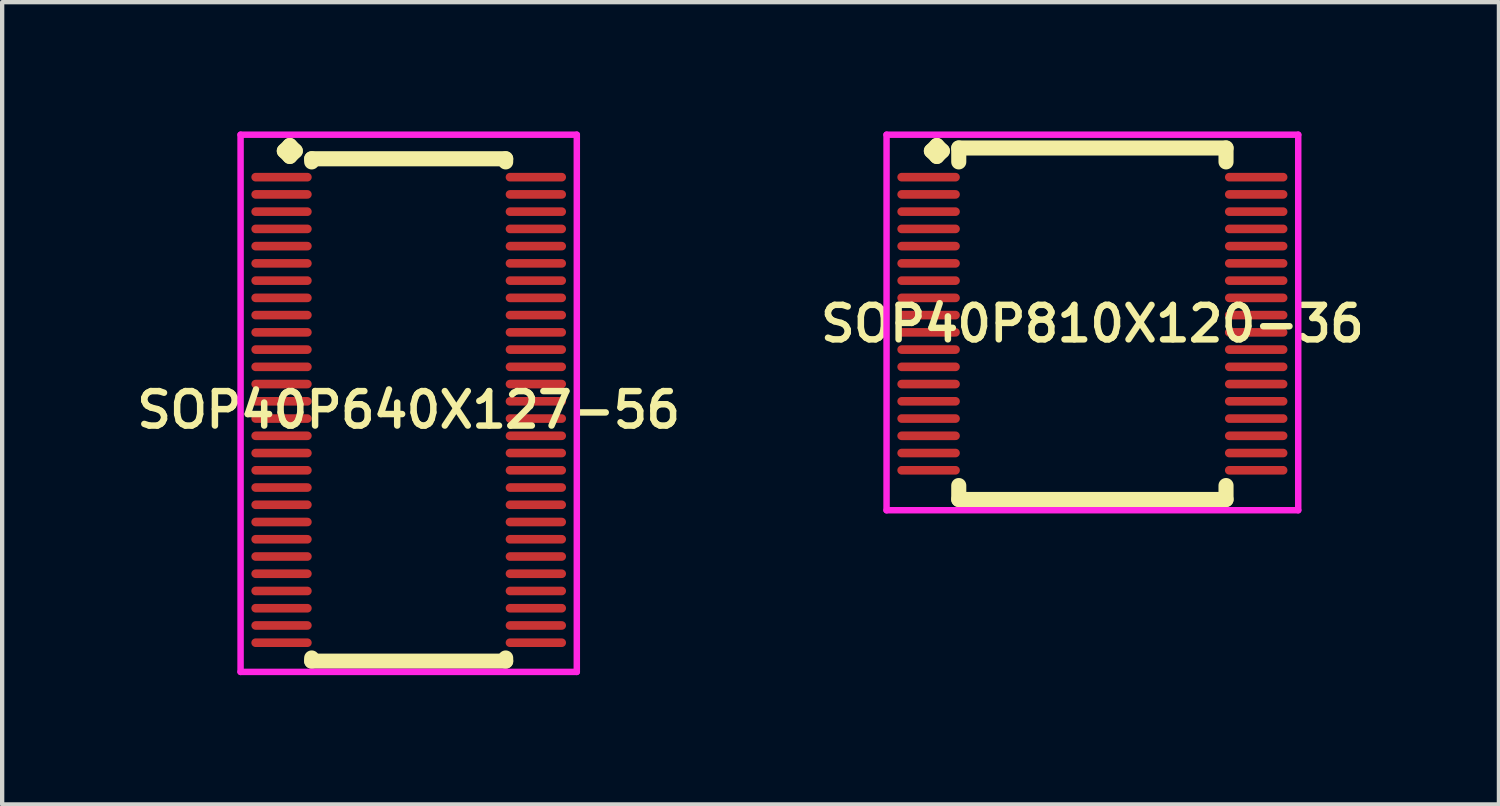
<source format=kicad_pcb>
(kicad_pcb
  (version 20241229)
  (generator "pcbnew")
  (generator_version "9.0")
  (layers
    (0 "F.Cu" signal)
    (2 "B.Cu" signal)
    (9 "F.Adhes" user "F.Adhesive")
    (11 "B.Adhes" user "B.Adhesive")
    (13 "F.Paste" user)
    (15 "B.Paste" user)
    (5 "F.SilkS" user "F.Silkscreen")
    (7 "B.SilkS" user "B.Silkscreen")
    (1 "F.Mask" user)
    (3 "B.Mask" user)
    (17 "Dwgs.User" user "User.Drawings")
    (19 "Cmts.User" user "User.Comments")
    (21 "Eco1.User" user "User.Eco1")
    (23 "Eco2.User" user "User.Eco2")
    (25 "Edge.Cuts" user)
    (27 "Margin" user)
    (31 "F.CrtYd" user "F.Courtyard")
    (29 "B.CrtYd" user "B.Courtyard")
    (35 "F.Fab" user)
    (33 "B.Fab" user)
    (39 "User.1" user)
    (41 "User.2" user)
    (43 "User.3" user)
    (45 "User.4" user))
  (footprint "SOP40P810X120-36"
    (layer "F.Cu")
    (at 22.292 4.46)
    (property "Reference" "SOP40P810X120-36" (at 0 0 0) (layer "F.SilkS") (effects (font (size 0.8 0.8) (thickness 0.15))))
    (attr smd)
    (fp_line (start -3.735 -4.008) (end -3.608 -4.135) (stroke (width 0.35) (type solid)) (layer "F.SilkS"))
    (fp_line (start -3.608 -4.135) (end -3.481 -4.008) (stroke (width 0.35) (type solid)) (layer "F.SilkS"))
    (fp_line (start -3.608 -3.881) (end -3.735 -4.008) (stroke (width 0.35) (type solid)) (layer "F.SilkS"))
    (fp_line (start -3.481 -4.008) (end -3.608 -3.881) (stroke (width 0.35) (type solid)) (layer "F.SilkS"))
    (fp_line (start -3.1 -4.077) (end 3.1 -4.077) (stroke (width 0.35) (type solid)) (layer "F.SilkS"))
    (fp_line (start -3.1 -3.754) (end -3.1 -4.077) (stroke (width 0.35) (type solid)) (layer "F.SilkS"))
    (fp_line (start -3.1 3.754) (end -3.1 4.077) (stroke (width 0.35) (type solid)) (layer "F.SilkS"))
    (fp_line (start -3.1 4.077) (end 3.1 4.077) (stroke (width 0.35) (type solid)) (layer "F.SilkS"))
    (fp_line (start 3.1 -4.077) (end 3.1 -3.754) (stroke (width 0.35) (type solid)) (layer "F.SilkS"))
    (fp_line (start 3.1 4.077) (end 3.1 3.754) (stroke (width 0.35) (type solid)) (layer "F.SilkS"))
    (fp_line (start -4.775 -4.385) (end 4.775 -4.385) (stroke (width 0.15) (type solid)) (layer "F.CrtYd"))
    (fp_line (start -4.775 4.327) (end -4.775 -4.385) (stroke (width 0.15) (type solid)) (layer "F.CrtYd"))
    (fp_line (start 4.775 -4.385) (end 4.775 4.327) (stroke (width 0.15) (type solid)) (layer "F.CrtYd"))
    (fp_line (start 4.775 4.327) (end -4.775 4.327) (stroke (width 0.15) (type solid)) (layer "F.CrtYd"))
    (pad "1" smd oval (at -3.8 -3.4) (size 1.45 0.2) (layers "F.Cu" "F.Mask" "F.Paste"))
    (pad "2" smd oval (at -3.8 -3) (size 1.45 0.2) (layers "F.Cu" "F.Mask" "F.Paste"))
    (pad "3" smd oval (at -3.8 -2.6) (size 1.45 0.2) (layers "F.Cu" "F.Mask" "F.Paste"))
    (pad "4" smd oval (at -3.8 -2.2) (size 1.45 0.2) (layers "F.Cu" "F.Mask" "F.Paste"))
    (pad "5" smd oval (at -3.8 -1.8) (size 1.45 0.2) (layers "F.Cu" "F.Mask" "F.Paste"))
    (pad "6" smd oval (at -3.8 -1.4) (size 1.45 0.2) (layers "F.Cu" "F.Mask" "F.Paste"))
    (pad "7" smd oval (at -3.8 -1) (size 1.45 0.2) (layers "F.Cu" "F.Mask" "F.Paste"))
    (pad "8" smd oval (at -3.8 -0.6) (size 1.45 0.2) (layers "F.Cu" "F.Mask" "F.Paste"))
    (pad "9" smd oval (at -3.8 -0.2) (size 1.45 0.2) (layers "F.Cu" "F.Mask" "F.Paste"))
    (pad "10" smd oval (at -3.8 0.2) (size 1.45 0.2) (layers "F.Cu" "F.Mask" "F.Paste"))
    (pad "11" smd oval (at -3.8 0.6) (size 1.45 0.2) (layers "F.Cu" "F.Mask" "F.Paste"))
    (pad "12" smd oval (at -3.8 1) (size 1.45 0.2) (layers "F.Cu" "F.Mask" "F.Paste"))
    (pad "13" smd oval (at -3.8 1.4) (size 1.45 0.2) (layers "F.Cu" "F.Mask" "F.Paste"))
    (pad "14" smd oval (at -3.8 1.8) (size 1.45 0.2) (layers "F.Cu" "F.Mask" "F.Paste"))
    (pad "15" smd oval (at -3.8 2.2) (size 1.45 0.2) (layers "F.Cu" "F.Mask" "F.Paste"))
    (pad "16" smd oval (at -3.8 2.6) (size 1.45 0.2) (layers "F.Cu" "F.Mask" "F.Paste"))
    (pad "17" smd oval (at -3.8 3) (size 1.45 0.2) (layers "F.Cu" "F.Mask" "F.Paste"))
    (pad "18" smd oval (at -3.8 3.4) (size 1.45 0.2) (layers "F.Cu" "F.Mask" "F.Paste"))
    (pad "19" smd oval (at 3.8 3.4) (size 1.45 0.2) (layers "F.Cu" "F.Mask" "F.Paste"))
    (pad "20" smd oval (at 3.8 3) (size 1.45 0.2) (layers "F.Cu" "F.Mask" "F.Paste"))
    (pad "21" smd oval (at 3.8 2.6) (size 1.45 0.2) (layers "F.Cu" "F.Mask" "F.Paste"))
    (pad "22" smd oval (at 3.8 2.2) (size 1.45 0.2) (layers "F.Cu" "F.Mask" "F.Paste"))
    (pad "23" smd oval (at 3.8 1.8) (size 1.45 0.2) (layers "F.Cu" "F.Mask" "F.Paste"))
    (pad "24" smd oval (at 3.8 1.4) (size 1.45 0.2) (layers "F.Cu" "F.Mask" "F.Paste"))
    (pad "25" smd oval (at 3.8 1) (size 1.45 0.2) (layers "F.Cu" "F.Mask" "F.Paste"))
    (pad "26" smd oval (at 3.8 0.6) (size 1.45 0.2) (layers "F.Cu" "F.Mask" "F.Paste"))
    (pad "27" smd oval (at 3.8 0.2) (size 1.45 0.2) (layers "F.Cu" "F.Mask" "F.Paste"))
    (pad "28" smd oval (at 3.8 -0.2) (size 1.45 0.2) (layers "F.Cu" "F.Mask" "F.Paste"))
    (pad "29" smd oval (at 3.8 -0.6) (size 1.45 0.2) (layers "F.Cu" "F.Mask" "F.Paste"))
    (pad "30" smd oval (at 3.8 -1) (size 1.45 0.2) (layers "F.Cu" "F.Mask" "F.Paste"))
    (pad "31" smd oval (at 3.8 -1.4) (size 1.45 0.2) (layers "F.Cu" "F.Mask" "F.Paste"))
    (pad "32" smd oval (at 3.8 -1.8) (size 1.45 0.2) (layers "F.Cu" "F.Mask" "F.Paste"))
    (pad "33" smd oval (at 3.8 -2.2) (size 1.45 0.2) (layers "F.Cu" "F.Mask" "F.Paste"))
    (pad "34" smd oval (at 3.8 -2.6) (size 1.45 0.2) (layers "F.Cu" "F.Mask" "F.Paste"))
    (pad "35" smd oval (at 3.8 -3) (size 1.45 0.2) (layers "F.Cu" "F.Mask" "F.Paste"))
    (pad "36" smd oval (at 3.8 -3.4) (size 1.45 0.2) (layers "F.Cu" "F.Mask" "F.Paste")))
  (footprint "SOP40P640X127-56"
    (layer "F.Cu")
    (at 6.431 6.46)
    (property "Reference" "SOP40P640X127-56" (at 0 0 0) (layer "F.SilkS") (effects (font (size 0.8 0.8) (thickness 0.15))))
    (attr smd)
    (fp_line (start -2.885 -6.008) (end -2.758 -6.135) (stroke (width 0.35) (type solid)) (layer "F.SilkS"))
    (fp_line (start -2.758 -6.135) (end -2.631 -6.008) (stroke (width 0.35) (type solid)) (layer "F.SilkS"))
    (fp_line (start -2.758 -5.881) (end -2.885 -6.008) (stroke (width 0.35) (type solid)) (layer "F.SilkS"))
    (fp_line (start -2.631 -6.008) (end -2.758 -5.881) (stroke (width 0.35) (type solid)) (layer "F.SilkS"))
    (fp_line (start -2.25 -5.827) (end 2.25 -5.827) (stroke (width 0.35) (type solid)) (layer "F.SilkS"))
    (fp_line (start -2.25 -5.754) (end -2.25 -5.827) (stroke (width 0.35) (type solid)) (layer "F.SilkS"))
    (fp_line (start -2.25 5.754) (end -2.25 5.827) (stroke (width 0.35) (type solid)) (layer "F.SilkS"))
    (fp_line (start -2.25 5.827) (end 2.25 5.827) (stroke (width 0.35) (type solid)) (layer "F.SilkS"))
    (fp_line (start 2.25 -5.827) (end 2.25 -5.754) (stroke (width 0.35) (type solid)) (layer "F.SilkS"))
    (fp_line (start 2.25 5.827) (end 2.25 5.754) (stroke (width 0.35) (type solid)) (layer "F.SilkS"))
    (fp_line (start -3.9 -6.385) (end 3.9 -6.385) (stroke (width 0.15) (type solid)) (layer "F.CrtYd"))
    (fp_line (start -3.9 6.077) (end -3.9 -6.385) (stroke (width 0.15) (type solid)) (layer "F.CrtYd"))
    (fp_line (start 3.9 -6.385) (end 3.9 6.077) (stroke (width 0.15) (type solid)) (layer "F.CrtYd"))
    (fp_line (start 3.9 6.077) (end -3.9 6.077) (stroke (width 0.15) (type solid)) (layer "F.CrtYd"))
    (pad "1" smd oval (at -2.95 -5.4) (size 1.4 0.2) (layers "F.Cu" "F.Mask" "F.Paste"))
    (pad "2" smd oval (at -2.95 -5) (size 1.4 0.2) (layers "F.Cu" "F.Mask" "F.Paste"))
    (pad "3" smd oval (at -2.95 -4.6) (size 1.4 0.2) (layers "F.Cu" "F.Mask" "F.Paste"))
    (pad "4" smd oval (at -2.95 -4.2) (size 1.4 0.2) (layers "F.Cu" "F.Mask" "F.Paste"))
    (pad "5" smd oval (at -2.95 -3.8) (size 1.4 0.2) (layers "F.Cu" "F.Mask" "F.Paste"))
    (pad "6" smd oval (at -2.95 -3.4) (size 1.4 0.2) (layers "F.Cu" "F.Mask" "F.Paste"))
    (pad "7" smd oval (at -2.95 -3) (size 1.4 0.2) (layers "F.Cu" "F.Mask" "F.Paste"))
    (pad "8" smd oval (at -2.95 -2.6) (size 1.4 0.2) (layers "F.Cu" "F.Mask" "F.Paste"))
    (pad "9" smd oval (at -2.95 -2.2) (size 1.4 0.2) (layers "F.Cu" "F.Mask" "F.Paste"))
    (pad "10" smd oval (at -2.95 -1.8) (size 1.4 0.2) (layers "F.Cu" "F.Mask" "F.Paste"))
    (pad "11" smd oval (at -2.95 -1.4) (size 1.4 0.2) (layers "F.Cu" "F.Mask" "F.Paste"))
    (pad "12" smd oval (at -2.95 -1) (size 1.4 0.2) (layers "F.Cu" "F.Mask" "F.Paste"))
    (pad "13" smd oval (at -2.95 -0.6) (size 1.4 0.2) (layers "F.Cu" "F.Mask" "F.Paste"))
    (pad "14" smd oval (at -2.95 -0.2) (size 1.4 0.2) (layers "F.Cu" "F.Mask" "F.Paste"))
    (pad "15" smd oval (at -2.95 0.2) (size 1.4 0.2) (layers "F.Cu" "F.Mask" "F.Paste"))
    (pad "16" smd oval (at -2.95 0.6) (size 1.4 0.2) (layers "F.Cu" "F.Mask" "F.Paste"))
    (pad "17" smd oval (at -2.95 1) (size 1.4 0.2) (layers "F.Cu" "F.Mask" "F.Paste"))
    (pad "18" smd oval (at -2.95 1.4) (size 1.4 0.2) (layers "F.Cu" "F.Mask" "F.Paste"))
    (pad "19" smd oval (at -2.95 1.8) (size 1.4 0.2) (layers "F.Cu" "F.Mask" "F.Paste"))
    (pad "20" smd oval (at -2.95 2.2) (size 1.4 0.2) (layers "F.Cu" "F.Mask" "F.Paste"))
    (pad "21" smd oval (at -2.95 2.6) (size 1.4 0.2) (layers "F.Cu" "F.Mask" "F.Paste"))
    (pad "22" smd oval (at -2.95 3) (size 1.4 0.2) (layers "F.Cu" "F.Mask" "F.Paste"))
    (pad "23" smd oval (at -2.95 3.4) (size 1.4 0.2) (layers "F.Cu" "F.Mask" "F.Paste"))
    (pad "24" smd oval (at -2.95 3.8) (size 1.4 0.2) (layers "F.Cu" "F.Mask" "F.Paste"))
    (pad "25" smd oval (at -2.95 4.2) (size 1.4 0.2) (layers "F.Cu" "F.Mask" "F.Paste"))
    (pad "26" smd oval (at -2.95 4.6) (size 1.4 0.2) (layers "F.Cu" "F.Mask" "F.Paste"))
    (pad "27" smd oval (at -2.95 5) (size 1.4 0.2) (layers "F.Cu" "F.Mask" "F.Paste"))
    (pad "28" smd oval (at -2.95 5.4) (size 1.4 0.2) (layers "F.Cu" "F.Mask" "F.Paste"))
    (pad "29" smd oval (at 2.95 5.4) (size 1.4 0.2) (layers "F.Cu" "F.Mask" "F.Paste"))
    (pad "30" smd oval (at 2.95 5) (size 1.4 0.2) (layers "F.Cu" "F.Mask" "F.Paste"))
    (pad "31" smd oval (at 2.95 4.6) (size 1.4 0.2) (layers "F.Cu" "F.Mask" "F.Paste"))
    (pad "32" smd oval (at 2.95 4.2) (size 1.4 0.2) (layers "F.Cu" "F.Mask" "F.Paste"))
    (pad "33" smd oval (at 2.95 3.8) (size 1.4 0.2) (layers "F.Cu" "F.Mask" "F.Paste"))
    (pad "34" smd oval (at 2.95 3.4) (size 1.4 0.2) (layers "F.Cu" "F.Mask" "F.Paste"))
    (pad "35" smd oval (at 2.95 3) (size 1.4 0.2) (layers "F.Cu" "F.Mask" "F.Paste"))
    (pad "36" smd oval (at 2.95 2.6) (size 1.4 0.2) (layers "F.Cu" "F.Mask" "F.Paste"))
    (pad "37" smd oval (at 2.95 2.2) (size 1.4 0.2) (layers "F.Cu" "F.Mask" "F.Paste"))
    (pad "38" smd oval (at 2.95 1.8) (size 1.4 0.2) (layers "F.Cu" "F.Mask" "F.Paste"))
    (pad "39" smd oval (at 2.95 1.4) (size 1.4 0.2) (layers "F.Cu" "F.Mask" "F.Paste"))
    (pad "40" smd oval (at 2.95 1) (size 1.4 0.2) (layers "F.Cu" "F.Mask" "F.Paste"))
    (pad "41" smd oval (at 2.95 0.6) (size 1.4 0.2) (layers "F.Cu" "F.Mask" "F.Paste"))
    (pad "42" smd oval (at 2.95 0.2) (size 1.4 0.2) (layers "F.Cu" "F.Mask" "F.Paste"))
    (pad "43" smd oval (at 2.95 -0.2) (size 1.4 0.2) (layers "F.Cu" "F.Mask" "F.Paste"))
    (pad "44" smd oval (at 2.95 -0.6) (size 1.4 0.2) (layers "F.Cu" "F.Mask" "F.Paste"))
    (pad "45" smd oval (at 2.95 -1) (size 1.4 0.2) (layers "F.Cu" "F.Mask" "F.Paste"))
    (pad "46" smd oval (at 2.95 -1.4) (size 1.4 0.2) (layers "F.Cu" "F.Mask" "F.Paste"))
    (pad "47" smd oval (at 2.95 -1.8) (size 1.4 0.2) (layers "F.Cu" "F.Mask" "F.Paste"))
    (pad "48" smd oval (at 2.95 -2.2) (size 1.4 0.2) (layers "F.Cu" "F.Mask" "F.Paste"))
    (pad "49" smd oval (at 2.95 -2.6) (size 1.4 0.2) (layers "F.Cu" "F.Mask" "F.Paste"))
    (pad "50" smd oval (at 2.95 -3) (size 1.4 0.2) (layers "F.Cu" "F.Mask" "F.Paste"))
    (pad "51" smd oval (at 2.95 -3.4) (size 1.4 0.2) (layers "F.Cu" "F.Mask" "F.Paste"))
    (pad "52" smd oval (at 2.95 -3.8) (size 1.4 0.2) (layers "F.Cu" "F.Mask" "F.Paste"))
    (pad "53" smd oval (at 2.95 -4.2) (size 1.4 0.2) (layers "F.Cu" "F.Mask" "F.Paste"))
    (pad "54" smd oval (at 2.95 -4.6) (size 1.4 0.2) (layers "F.Cu" "F.Mask" "F.Paste"))
    (pad "55" smd oval (at 2.95 -5) (size 1.4 0.2) (layers "F.Cu" "F.Mask" "F.Paste"))
    (pad "56" smd oval (at 2.95 -5.4) (size 1.4 0.2) (layers "F.Cu" "F.Mask" "F.Paste")))
  (gr_rect
    (start -3 -3)
    (end 31.723 15.612)
    (stroke (width 0.1) (type default))
    (fill no)
    (layer "Edge.Cuts")))
</source>
